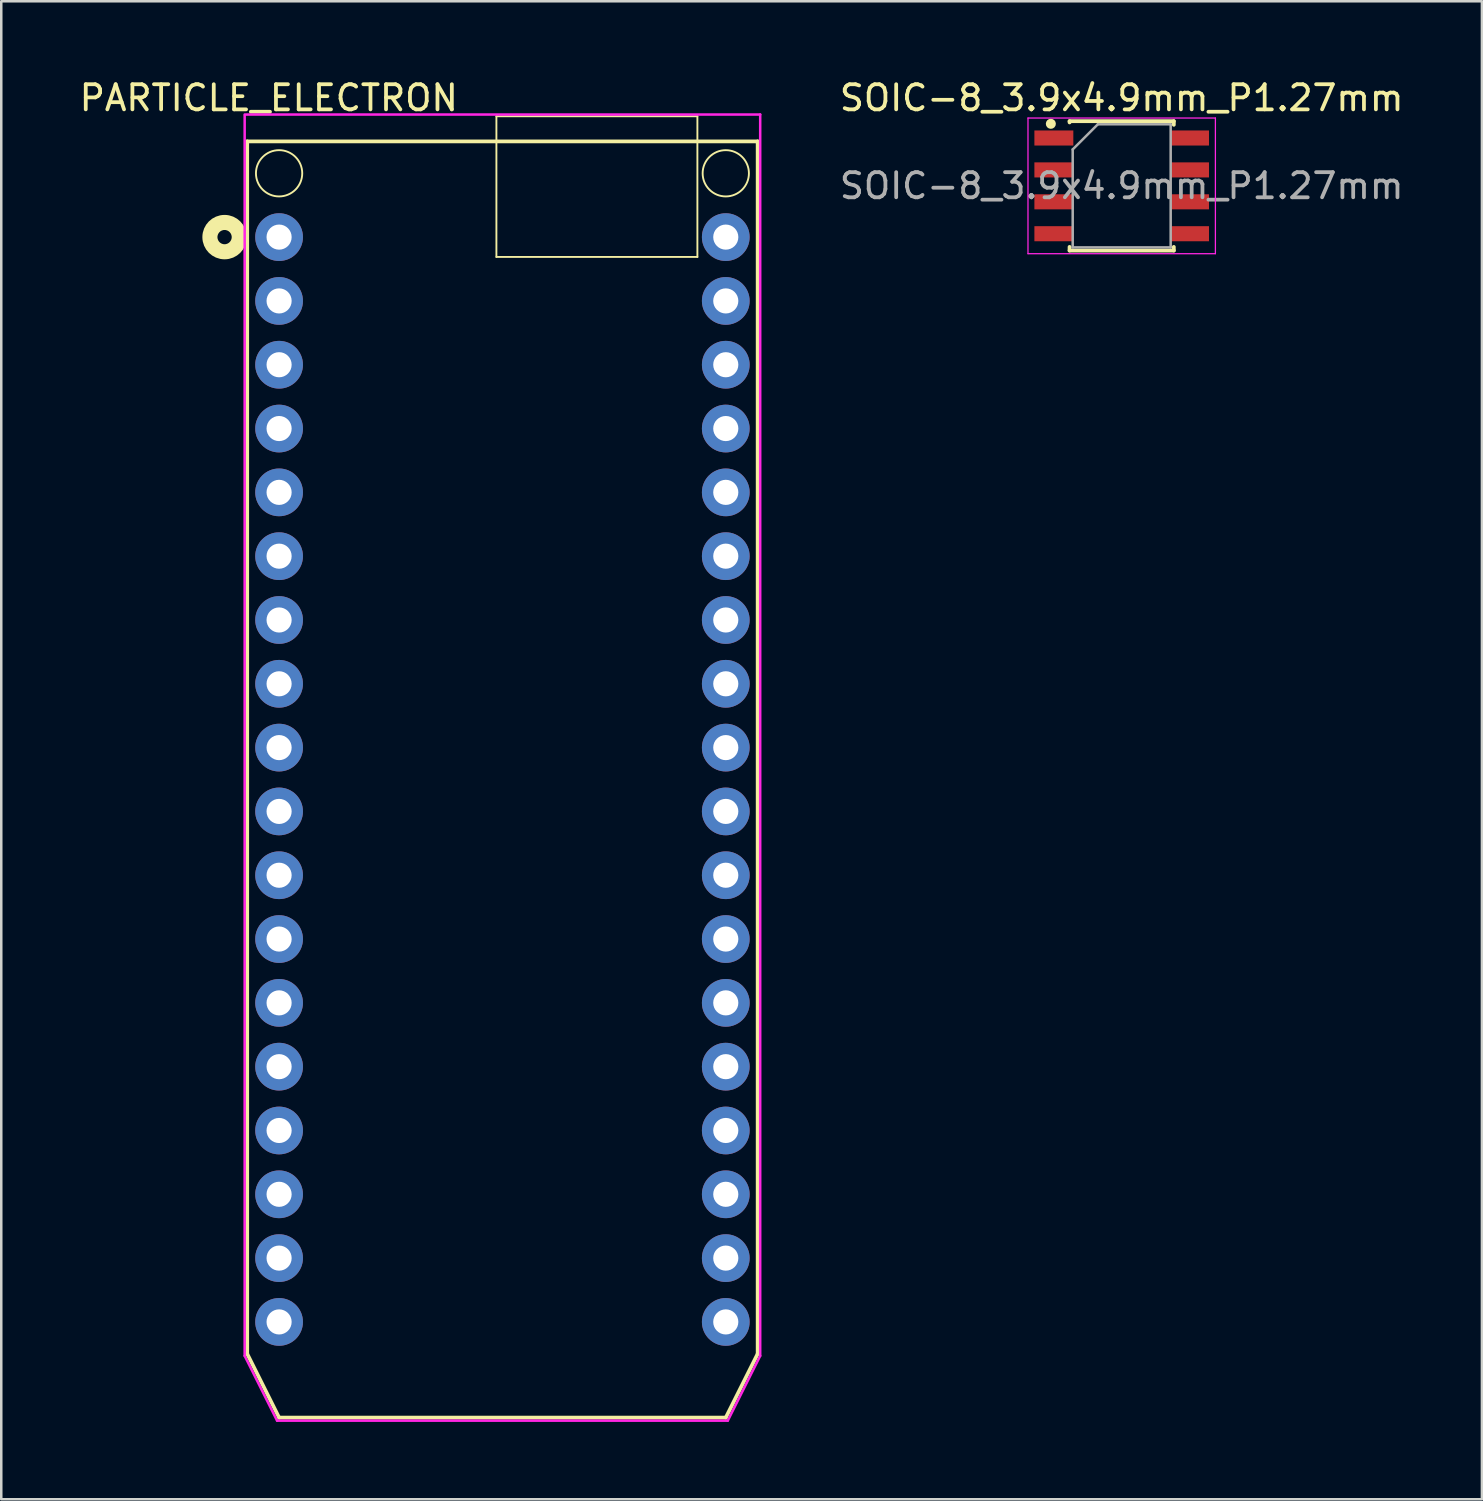
<source format=kicad_pcb>
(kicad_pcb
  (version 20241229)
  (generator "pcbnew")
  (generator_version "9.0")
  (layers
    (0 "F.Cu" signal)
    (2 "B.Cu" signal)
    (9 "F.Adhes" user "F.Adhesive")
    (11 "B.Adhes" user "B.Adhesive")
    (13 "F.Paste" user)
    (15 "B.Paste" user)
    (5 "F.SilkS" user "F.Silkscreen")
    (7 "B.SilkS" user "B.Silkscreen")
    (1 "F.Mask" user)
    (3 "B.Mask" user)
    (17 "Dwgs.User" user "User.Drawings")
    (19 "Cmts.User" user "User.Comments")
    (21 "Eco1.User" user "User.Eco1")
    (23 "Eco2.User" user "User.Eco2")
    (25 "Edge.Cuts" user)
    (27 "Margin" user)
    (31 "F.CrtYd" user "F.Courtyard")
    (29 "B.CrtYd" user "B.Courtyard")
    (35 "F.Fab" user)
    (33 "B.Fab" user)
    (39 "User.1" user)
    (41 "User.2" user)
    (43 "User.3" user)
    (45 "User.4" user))
  (footprint "PARTICLE_ELECTRON"
    (layer "F.Cu")
    (at 16.949 53.378)
    (property "Reference" "PARTICLE_ELECTRON" (at -9.3 -52.53 0) (layer "F.SilkS") (effects (font (size 1 1) (thickness 0.15))))
    (attr through_hole)
    (fp_line (start -10.16 -50.8) (end -10.16 -2.54) (stroke (width 0.15) (type solid)) (layer "F.SilkS"))
    (fp_line (start -10.16 -50.8) (end 10.16 -50.8) (stroke (width 0.15) (type solid)) (layer "F.SilkS"))
    (fp_line (start -10.16 -2.54) (end -8.89 0) (stroke (width 0.15) (type solid)) (layer "F.SilkS"))
    (fp_line (start -8.89 0) (end 8.89 0) (stroke (width 0.15) (type solid)) (layer "F.SilkS"))
    (fp_line (start -0.24 -51.8) (end -0.24 -46.2) (stroke (width 0.075) (type solid)) (layer "F.SilkS"))
    (fp_line (start -0.24 -51.8) (end 7.76 -51.8) (stroke (width 0.075) (type solid)) (layer "F.SilkS"))
    (fp_line (start -0.24 -46.2) (end 7.76 -46.2) (stroke (width 0.075) (type solid)) (layer "F.SilkS"))
    (fp_line (start 7.76 -51.8) (end 7.76 -46.2) (stroke (width 0.075) (type solid)) (layer "F.SilkS"))
    (fp_line (start 10.16 -50.8) (end 10.16 -2.54) (stroke (width 0.15) (type solid)) (layer "F.SilkS"))
    (fp_line (start 10.16 -2.54) (end 8.89 0) (stroke (width 0.15) (type solid)) (layer "F.SilkS"))
    (fp_circle (center -11.06 -46.99) (end -10.776 -46.99) (stroke (width 0.6) (type solid)) (fill no) (layer "F.SilkS"))
    (fp_circle (center -8.89 -49.53) (end -7.969 -49.53) (stroke (width 0.075) (type solid)) (fill no) (layer "F.SilkS"))
    (fp_circle (center 8.89 -49.53) (end 9.811 -49.53) (stroke (width 0.075) (type solid)) (fill no) (layer "F.SilkS"))
    (fp_line (start -10.26 -51.87) (end 10.26 -51.87) (stroke (width 0.1) (type solid)) (layer "F.CrtYd"))
    (fp_line (start -10.26 -2.46) (end -10.26 -51.83) (stroke (width 0.1) (type solid)) (layer "F.CrtYd"))
    (fp_line (start -8.97 0.12) (end -10.26 -2.46) (stroke (width 0.1) (type solid)) (layer "F.CrtYd"))
    (fp_line (start 8.97 0.12) (end -8.97 0.12) (stroke (width 0.1) (type solid)) (layer "F.CrtYd"))
    (fp_line (start 8.97 0.12) (end 10.26 -2.46) (stroke (width 0.1) (type solid)) (layer "F.CrtYd"))
    (fp_line (start 10.26 -51.87) (end 10.26 -2.46) (stroke (width 0.1) (type solid)) (layer "F.CrtYd"))
    (pad "1" thru_hole circle (at -8.89 -46.99) (size 1.9 1.9) (drill 1) (layers "*.Cu" "*.Mask"))
    (pad "2" thru_hole circle (at -8.89 -44.45) (size 1.9 1.9) (drill 1) (layers "*.Cu" "*.Mask"))
    (pad "3" thru_hole circle (at -8.89 -41.91) (size 1.9 1.9) (drill 1) (layers "*.Cu" "*.Mask"))
    (pad "4" thru_hole circle (at -8.89 -39.37) (size 1.9 1.9) (drill 1) (layers "*.Cu" "*.Mask"))
    (pad "5" thru_hole circle (at -8.89 -36.83) (size 1.9 1.9) (drill 1) (layers "*.Cu" "*.Mask"))
    (pad "6" thru_hole circle (at -8.89 -34.29) (size 1.9 1.9) (drill 1) (layers "*.Cu" "*.Mask"))
    (pad "7" thru_hole circle (at -8.89 -31.75) (size 1.9 1.9) (drill 1) (layers "*.Cu" "*.Mask"))
    (pad "8" thru_hole circle (at -8.89 -29.21) (size 1.9 1.9) (drill 1) (layers "*.Cu" "*.Mask"))
    (pad "9" thru_hole circle (at -8.89 -26.67) (size 1.9 1.9) (drill 1) (layers "*.Cu" "*.Mask"))
    (pad "10" thru_hole circle (at -8.89 -24.13) (size 1.9 1.9) (drill 1) (layers "*.Cu" "*.Mask"))
    (pad "11" thru_hole circle (at -8.89 -21.59) (size 1.9 1.9) (drill 1) (layers "*.Cu" "*.Mask"))
    (pad "12" thru_hole circle (at -8.89 -19.05) (size 1.9 1.9) (drill 1) (layers "*.Cu" "*.Mask"))
    (pad "13" thru_hole circle (at -8.89 -16.51) (size 1.9 1.9) (drill 1) (layers "*.Cu" "*.Mask"))
    (pad "14" thru_hole circle (at -8.89 -13.97) (size 1.9 1.9) (drill 1) (layers "*.Cu" "*.Mask"))
    (pad "15" thru_hole circle (at -8.89 -11.43) (size 1.9 1.9) (drill 1) (layers "*.Cu" "*.Mask"))
    (pad "16" thru_hole circle (at -8.89 -8.89) (size 1.9 1.9) (drill 1) (layers "*.Cu" "*.Mask"))
    (pad "17" thru_hole circle (at -8.89 -6.35) (size 1.9 1.9) (drill 1) (layers "*.Cu" "*.Mask"))
    (pad "18" thru_hole circle (at -8.89 -3.81) (size 1.9 1.9) (drill 1) (layers "*.Cu" "*.Mask"))
    (pad "19" thru_hole circle (at 8.89 -3.81) (size 1.9 1.9) (drill 1) (layers "*.Cu" "*.Mask"))
    (pad "20" thru_hole circle (at 8.89 -6.35) (size 1.9 1.9) (drill 1) (layers "*.Cu" "*.Mask"))
    (pad "21" thru_hole circle (at 8.89 -8.89) (size 1.9 1.9) (drill 1) (layers "*.Cu" "*.Mask"))
    (pad "22" thru_hole circle (at 8.89 -11.43) (size 1.9 1.9) (drill 1) (layers "*.Cu" "*.Mask"))
    (pad "23" thru_hole circle (at 8.89 -13.97) (size 1.9 1.9) (drill 1) (layers "*.Cu" "*.Mask"))
    (pad "24" thru_hole circle (at 8.89 -16.51) (size 1.9 1.9) (drill 1) (layers "*.Cu" "*.Mask"))
    (pad "25" thru_hole circle (at 8.89 -19.05) (size 1.9 1.9) (drill 1) (layers "*.Cu" "*.Mask"))
    (pad "26" thru_hole circle (at 8.89 -21.59) (size 1.9 1.9) (drill 1) (layers "*.Cu" "*.Mask"))
    (pad "27" thru_hole circle (at 8.89 -24.13) (size 1.9 1.9) (drill 1) (layers "*.Cu" "*.Mask"))
    (pad "28" thru_hole circle (at 8.89 -26.67) (size 1.9 1.9) (drill 1) (layers "*.Cu" "*.Mask"))
    (pad "29" thru_hole circle (at 8.89 -29.21) (size 1.9 1.9) (drill 1) (layers "*.Cu" "*.Mask"))
    (pad "30" thru_hole circle (at 8.89 -31.75) (size 1.9 1.9) (drill 1) (layers "*.Cu" "*.Mask"))
    (pad "31" thru_hole circle (at 8.89 -34.29) (size 1.9 1.9) (drill 1) (layers "*.Cu" "*.Mask"))
    (pad "32" thru_hole circle (at 8.89 -36.83) (size 1.9 1.9) (drill 1) (layers "*.Cu" "*.Mask"))
    (pad "33" thru_hole circle (at 8.89 -39.37) (size 1.9 1.9) (drill 1) (layers "*.Cu" "*.Mask"))
    (pad "34" thru_hole circle (at 8.89 -41.91) (size 1.9 1.9) (drill 1) (layers "*.Cu" "*.Mask"))
    (pad "35" thru_hole circle (at 8.89 -44.45) (size 1.9 1.9) (drill 1) (layers "*.Cu" "*.Mask"))
    (pad "36" thru_hole circle (at 8.89 -46.99) (size 1.9 1.9) (drill 1) (layers "*.Cu" "*.Mask")))
  (footprint "SOIC-8_3.9x4.9mm_P1.27mm"
    (layer "F.Cu")
    (at 41.598 4.348)
    (property "Reference" "SOIC-8_3.9x4.9mm_P1.27mm" (at 0 -3.5 0) (layer "F.SilkS") (effects (font (size 1 1) (thickness 0.15))))
    (attr smd)
    (fp_line (start -2.075 -2.575) (end -2.075 -2.525) (stroke (width 0.15) (type solid)) (layer "F.SilkS"))
    (fp_line (start -2.075 -2.575) (end 2.075 -2.575) (stroke (width 0.15) (type solid)) (layer "F.SilkS"))
    (fp_line (start -2.075 2.575) (end -2.075 2.43) (stroke (width 0.15) (type solid)) (layer "F.SilkS"))
    (fp_line (start -2.075 2.575) (end 2.075 2.575) (stroke (width 0.15) (type solid)) (layer "F.SilkS"))
    (fp_line (start 2.075 -2.575) (end 2.075 -2.43) (stroke (width 0.15) (type solid)) (layer "F.SilkS"))
    (fp_line (start 2.075 2.575) (end 2.075 2.43) (stroke (width 0.15) (type solid)) (layer "F.SilkS"))
    (fp_circle (center -2.82 -2.47) (end -2.72 -2.47) (stroke (width 0.2) (type solid)) (fill no) (layer "F.SilkS"))
    (fp_line (start -3.73 -2.7) (end -3.73 2.7) (stroke (width 0.05) (type solid)) (layer "F.CrtYd"))
    (fp_line (start -3.73 -2.7) (end 3.73 -2.7) (stroke (width 0.05) (type solid)) (layer "F.CrtYd"))
    (fp_line (start -3.73 2.7) (end 3.73 2.7) (stroke (width 0.05) (type solid)) (layer "F.CrtYd"))
    (fp_line (start 3.73 -2.7) (end 3.73 2.7) (stroke (width 0.05) (type solid)) (layer "F.CrtYd"))
    (fp_line (start -1.95 -1.45) (end -0.95 -2.45) (stroke (width 0.1) (type solid)) (layer "F.Fab"))
    (fp_line (start -1.95 2.45) (end -1.95 -1.45) (stroke (width 0.1) (type solid)) (layer "F.Fab"))
    (fp_line (start -0.95 -2.45) (end 1.95 -2.45) (stroke (width 0.1) (type solid)) (layer "F.Fab"))
    (fp_line (start 1.95 -2.45) (end 1.95 2.45) (stroke (width 0.1) (type solid)) (layer "F.Fab"))
    (fp_line (start 1.95 2.45) (end -1.95 2.45) (stroke (width 0.1) (type solid)) (layer "F.Fab"))
    (fp_text user "${REFERENCE}" (at 0 0 0) (layer "F.Fab") (effects (font (size 1 1) (thickness 0.15))))
    (pad "1" smd rect (at -2.7 -1.905) (size 1.55 0.6) (layers "F.Cu" "F.Mask" "F.Paste"))
    (pad "2" smd rect (at -2.7 -0.635) (size 1.55 0.6) (layers "F.Cu" "F.Mask" "F.Paste"))
    (pad "3" smd rect (at -2.7 0.635) (size 1.55 0.6) (layers "F.Cu" "F.Mask" "F.Paste"))
    (pad "4" smd rect (at -2.7 1.905) (size 1.55 0.6) (layers "F.Cu" "F.Mask" "F.Paste"))
    (pad "5" smd rect (at 2.7 1.905) (size 1.55 0.6) (layers "F.Cu" "F.Mask" "F.Paste"))
    (pad "6" smd rect (at 2.7 0.635) (size 1.55 0.6) (layers "F.Cu" "F.Mask" "F.Paste"))
    (pad "7" smd rect (at 2.7 -0.635) (size 1.55 0.6) (layers "F.Cu" "F.Mask" "F.Paste"))
    (pad "8" smd rect (at 2.7 -1.905) (size 1.55 0.6) (layers "F.Cu" "F.Mask" "F.Paste")))
  (gr_rect
    (start -3 -3)
    (end 55.937 56.628)
    (stroke (width 0.1) (type default))
    (fill no)
    (layer "Edge.Cuts")))
</source>
